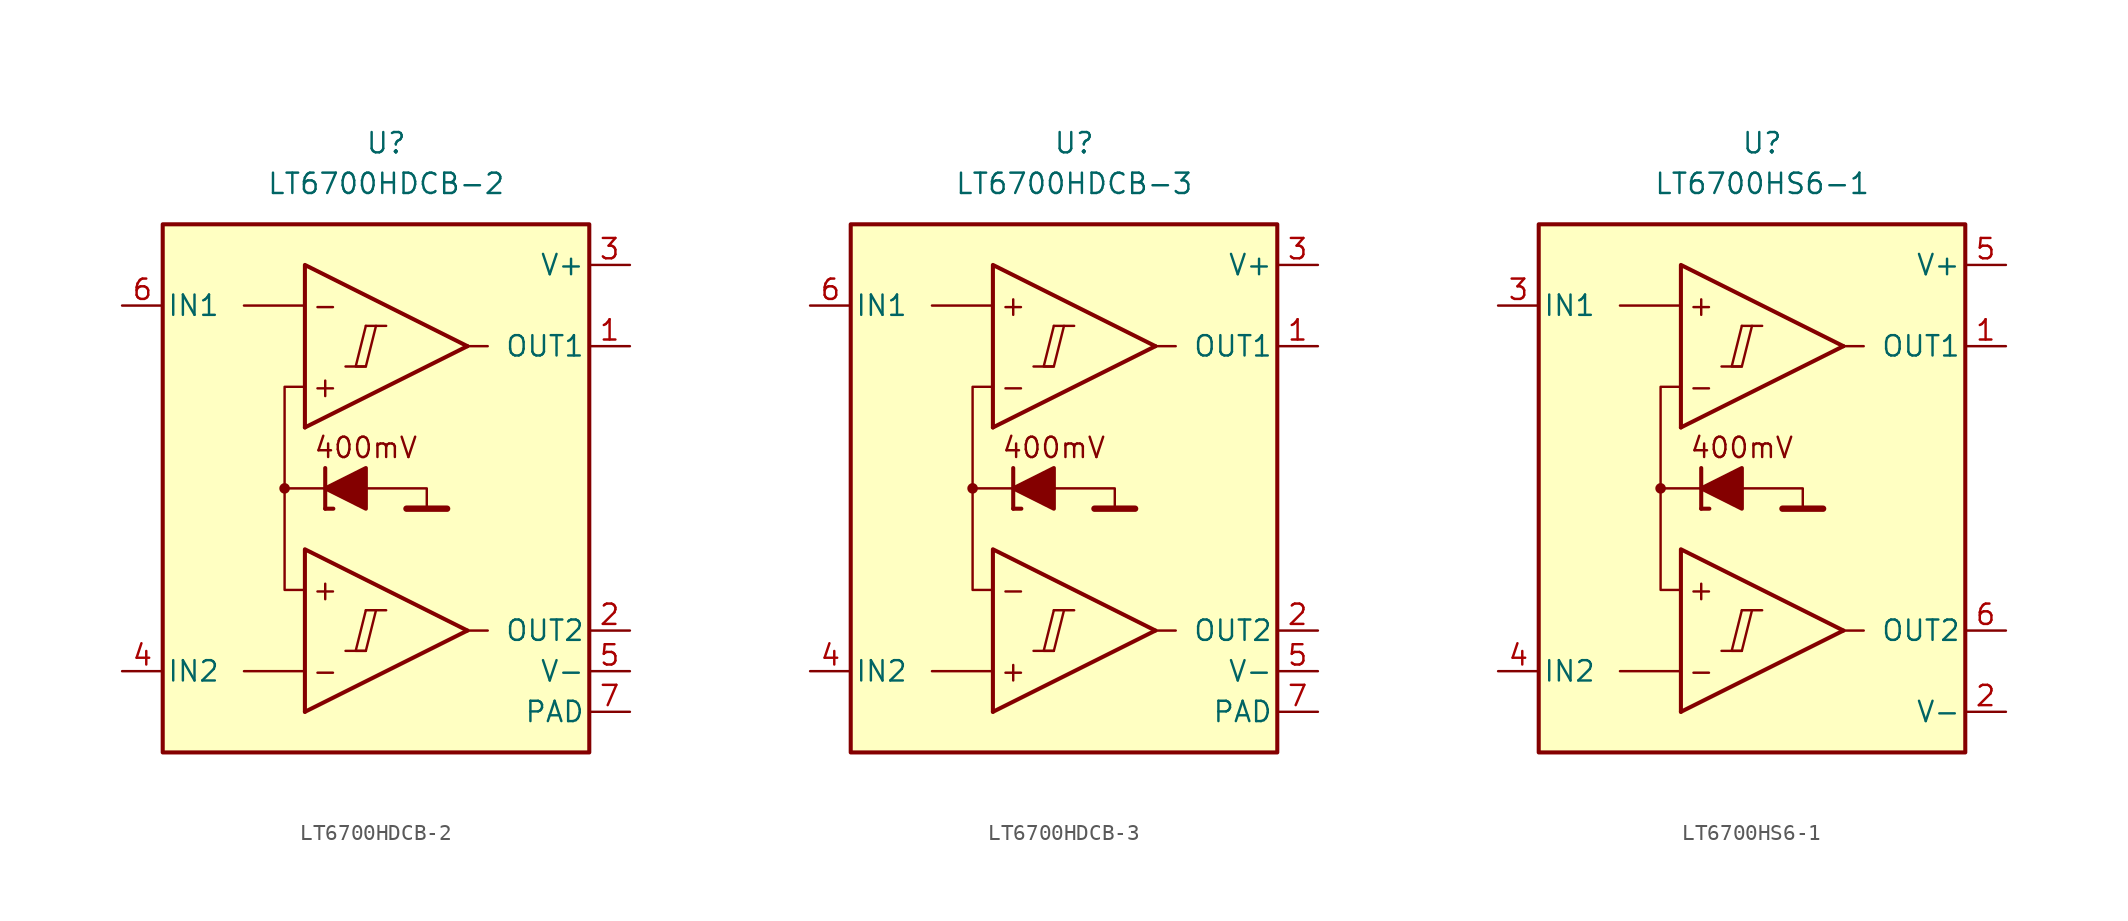
<source format=kicad_sym>
(kicad_symbol_lib
  (version 20231120)
  (generator "kicad_symbol_editor")
  (generator_version "8.0")
  (symbol "LT6700HDCB-2"
    (pin_names
      (offset 0.254))
    (property "Reference" "U"
      (at 0 22.86 0)
      (effects (font (size 1.27 1.27))))
    (property "Value" "LT6700HDCB-2"
      (at 0 20.32 0)
      (effects (font (size 1.27 1.27))))
    (symbol "LT6700HDCB-2_0_0"
      (rectangle (start -13.97 17.78) (end 12.7 -15.24) (stroke (width 0.254) (type default)) (fill (type background)))
      (circle (center -6.35 1.27) (radius 0.254) (stroke (width 0.152) (type default)) (fill (type outline)))
      (polyline (pts (xy -2.54 -8.89) (xy -1.27 -8.89)) (stroke (width 0.152) (type default)) (fill (type none)))
      (polyline (pts (xy -2.54 8.89) (xy -1.27 8.89)) (stroke (width 0.152) (type default)) (fill (type none)))
      (polyline (pts (xy -1.27 -6.35) (xy 0 -6.35)) (stroke (width 0.152) (type default)) (fill (type none)))
      (polyline (pts (xy -1.27 11.43) (xy 0 11.43)) (stroke (width 0.152) (type default)) (fill (type none)))
      (polyline (pts (xy 5.08 -7.62) (xy -5.08 -12.7)) (stroke (width 0.254) (type default)) (fill (type none)))
      (polyline (pts (xy 5.08 10.16) (xy -5.08 5.08)) (stroke (width 0.254) (type default)) (fill (type none)))
      (polyline (pts (xy 5.08 -7.62) (xy -5.08 -2.54) (xy -5.08 -12.7)) (stroke (width 0.254) (type default)) (fill (type background)))
      (polyline (pts (xy 5.08 10.16) (xy -5.08 15.24) (xy -5.08 5.08)) (stroke (width 0.254) (type default)) (fill (type background)))
      (polyline (pts (xy -1.27 -6.35) (xy -1.905 -8.89) (xy -1.27 -8.89) (xy -0.635 -6.35)) (stroke (width 0.152) (type default)) (fill (type none)))
      (polyline (pts (xy -1.27 11.43) (xy -1.905 8.89) (xy -1.27 8.89) (xy -0.635 11.43)) (stroke (width 0.152) (type default)) (fill (type none)))
      (text "+" (at -3.81 -5.08 0) (effects (font (size 1.27 1.27))))
      (text "+" (at -3.81 7.62 0) (effects (font (size 1.27 1.27))))
      (text "-" (at -3.81 -10.16 0) (effects (font (size 1.27 1.27))))
      (text "-" (at -3.81 12.7 0) (effects (font (size 1.27 1.27)))))
    (symbol "LT6700HDCB-2_0_1"
      (polyline (pts (xy -5.08 -10.16) (xy -8.89 -10.16)) (stroke (width 0) (type default)) (fill (type none)))
      (polyline (pts (xy -5.08 12.7) (xy -8.89 12.7)) (stroke (width 0) (type default)) (fill (type none)))
      (polyline (pts (xy -3.81 0) (xy -3.81 2.54)) (stroke (width 0.254) (type default)) (fill (type none)))
      (polyline (pts (xy -3.81 0) (xy -3.302 0)) (stroke (width 0.254) (type default)) (fill (type none)))
      (polyline (pts (xy -3.81 1.27) (xy -6.35 1.27)) (stroke (width 0.152) (type default)) (fill (type none)))
      (polyline (pts (xy 1.27 0) (xy 3.81 0)) (stroke (width 0.4) (type default)) (fill (type none)))
      (polyline (pts (xy 5.08 -7.62) (xy 6.35 -7.62)) (stroke (width 0) (type default)) (fill (type none)))
      (polyline (pts (xy 5.08 10.16) (xy 6.35 10.16)) (stroke (width 0) (type default)) (fill (type none)))
      (polyline (pts (xy -1.27 1.27) (xy 2.54 1.27) (xy 2.54 0)) (stroke (width 0.152) (type default)) (fill (type none)))
      (polyline (pts (xy -5.08 -5.08) (xy -6.35 -5.08) (xy -6.35 7.62) (xy -5.08 7.62)) (stroke (width 0.152) (type default)) (fill (type none)))
      (polyline (pts (xy -1.27 2.54) (xy -1.27 0) (xy -3.81 1.27) (xy -1.27 2.54)) (stroke (width 0.254) (type default)) (fill (type outline))))
    (symbol "LT6700HDCB-2_1_0"
      (text "400mV" (at -1.27 3.81 0) (effects (font (size 1.27 1.27)))))
    (symbol "LT6700HDCB-2_1_1"
      (pin output line (at 15.24 10.16 180) (length 2.54) (name "OUT1" (effects (font (size 1.27 1.27)))) (number "1" (effects (font (size 1.27 1.27)))))
      (pin output line (at 15.24 -7.62 180) (length 2.54) (name "OUT2" (effects (font (size 1.27 1.27)))) (number "2" (effects (font (size 1.27 1.27)))))
      (pin power_in line (at 15.24 15.24 180) (length 2.54) (name "V+" (effects (font (size 1.27 1.27)))) (number "3" (effects (font (size 1.27 1.27)))))
      (pin input line (at -16.51 -10.16 0) (length 2.54) (name "IN2" (effects (font (size 1.27 1.27)))) (number "4" (effects (font (size 1.27 1.27)))))
      (pin power_in line (at 15.24 -10.16 180) (length 2.54) (name "V-" (effects (font (size 1.27 1.27)))) (number "5" (effects (font (size 1.27 1.27)))))
      (pin input line (at -16.51 12.7 0) (length 2.54) (name "IN1" (effects (font (size 1.27 1.27)))) (number "6" (effects (font (size 1.27 1.27)))))
      (pin power_in line (at 15.24 -12.7 180) (length 2.54) (name "PAD" (effects (font (size 1.27 1.27)))) (number "7" (effects (font (size 1.27 1.27)))))))
  (symbol "LT6700HDCB-3"
    (pin_names
      (offset 0.254))
    (property "Reference" "U"
      (at 0 22.86 0)
      (effects (font (size 1.27 1.27))))
    (property "Value" "LT6700HDCB-3"
      (at 0 20.32 0)
      (effects (font (size 1.27 1.27))))
    (symbol "LT6700HDCB-3_0_0"
      (rectangle (start -13.97 17.78) (end 12.7 -15.24) (stroke (width 0.254) (type default)) (fill (type background)))
      (circle (center -6.35 1.27) (radius 0.254) (stroke (width 0.152) (type default)) (fill (type outline)))
      (polyline (pts (xy -2.54 -8.89) (xy -1.27 -8.89)) (stroke (width 0.152) (type default)) (fill (type none)))
      (polyline (pts (xy -2.54 8.89) (xy -1.27 8.89)) (stroke (width 0.152) (type default)) (fill (type none)))
      (polyline (pts (xy -1.27 -6.35) (xy 0 -6.35)) (stroke (width 0.152) (type default)) (fill (type none)))
      (polyline (pts (xy -1.27 11.43) (xy 0 11.43)) (stroke (width 0.152) (type default)) (fill (type none)))
      (polyline (pts (xy 5.08 -7.62) (xy -5.08 -12.7)) (stroke (width 0.254) (type default)) (fill (type none)))
      (polyline (pts (xy 5.08 10.16) (xy -5.08 5.08)) (stroke (width 0.254) (type default)) (fill (type none)))
      (polyline (pts (xy 5.08 -7.62) (xy -5.08 -2.54) (xy -5.08 -12.7)) (stroke (width 0.254) (type default)) (fill (type background)))
      (polyline (pts (xy 5.08 10.16) (xy -5.08 15.24) (xy -5.08 5.08)) (stroke (width 0.254) (type default)) (fill (type background)))
      (polyline (pts (xy -1.27 -6.35) (xy -1.905 -8.89) (xy -1.27 -8.89) (xy -0.635 -6.35)) (stroke (width 0.152) (type default)) (fill (type none)))
      (polyline (pts (xy -1.27 11.43) (xy -1.905 8.89) (xy -1.27 8.89) (xy -0.635 11.43)) (stroke (width 0.152) (type default)) (fill (type none)))
      (text "+" (at -3.81 -10.16 0) (effects (font (size 1.27 1.27))))
      (text "+" (at -3.81 12.7 0) (effects (font (size 1.27 1.27))))
      (text "-" (at -3.81 -5.08 0) (effects (font (size 1.27 1.27))))
      (text "-" (at -3.81 7.62 0) (effects (font (size 1.27 1.27)))))
    (symbol "LT6700HDCB-3_0_1"
      (polyline (pts (xy -5.08 -10.16) (xy -8.89 -10.16)) (stroke (width 0) (type default)) (fill (type none)))
      (polyline (pts (xy -5.08 12.7) (xy -8.89 12.7)) (stroke (width 0) (type default)) (fill (type none)))
      (polyline (pts (xy -3.81 0) (xy -3.81 2.54)) (stroke (width 0.254) (type default)) (fill (type none)))
      (polyline (pts (xy -3.81 0) (xy -3.302 0)) (stroke (width 0.254) (type default)) (fill (type none)))
      (polyline (pts (xy -3.81 1.27) (xy -6.35 1.27)) (stroke (width 0.152) (type default)) (fill (type none)))
      (polyline (pts (xy 1.27 0) (xy 3.81 0)) (stroke (width 0.4) (type default)) (fill (type none)))
      (polyline (pts (xy 5.08 -7.62) (xy 6.35 -7.62)) (stroke (width 0) (type default)) (fill (type none)))
      (polyline (pts (xy 5.08 10.16) (xy 6.35 10.16)) (stroke (width 0) (type default)) (fill (type none)))
      (polyline (pts (xy -1.27 1.27) (xy 2.54 1.27) (xy 2.54 0)) (stroke (width 0.152) (type default)) (fill (type none)))
      (polyline (pts (xy -5.08 -5.08) (xy -6.35 -5.08) (xy -6.35 7.62) (xy -5.08 7.62)) (stroke (width 0.152) (type default)) (fill (type none)))
      (polyline (pts (xy -1.27 2.54) (xy -1.27 0) (xy -3.81 1.27) (xy -1.27 2.54)) (stroke (width 0.254) (type default)) (fill (type outline))))
    (symbol "LT6700HDCB-3_1_0"
      (text "400mV" (at -1.27 3.81 0) (effects (font (size 1.27 1.27)))))
    (symbol "LT6700HDCB-3_1_1"
      (pin output line (at 15.24 10.16 180) (length 2.54) (name "OUT1" (effects (font (size 1.27 1.27)))) (number "1" (effects (font (size 1.27 1.27)))))
      (pin output line (at 15.24 -7.62 180) (length 2.54) (name "OUT2" (effects (font (size 1.27 1.27)))) (number "2" (effects (font (size 1.27 1.27)))))
      (pin power_in line (at 15.24 15.24 180) (length 2.54) (name "V+" (effects (font (size 1.27 1.27)))) (number "3" (effects (font (size 1.27 1.27)))))
      (pin input line (at -16.51 -10.16 0) (length 2.54) (name "IN2" (effects (font (size 1.27 1.27)))) (number "4" (effects (font (size 1.27 1.27)))))
      (pin power_in line (at 15.24 -10.16 180) (length 2.54) (name "V-" (effects (font (size 1.27 1.27)))) (number "5" (effects (font (size 1.27 1.27)))))
      (pin input line (at -16.51 12.7 0) (length 2.54) (name "IN1" (effects (font (size 1.27 1.27)))) (number "6" (effects (font (size 1.27 1.27)))))
      (pin power_in line (at 15.24 -12.7 180) (length 2.54) (name "PAD" (effects (font (size 1.27 1.27)))) (number "7" (effects (font (size 1.27 1.27)))))))
  (symbol "LT6700HS6-1"
    (pin_names
      (offset 0.254))
    (property "Reference" "U"
      (at 0 22.86 0)
      (effects (font (size 1.27 1.27))))
    (property "Value" "LT6700HS6-1"
      (at 0 20.32 0)
      (effects (font (size 1.27 1.27))))
    (symbol "LT6700HS6-1_0_0"
      (rectangle (start -13.97 17.78) (end 12.7 -15.24) (stroke (width 0.254) (type default)) (fill (type background)))
      (circle (center -6.35 1.27) (radius 0.254) (stroke (width 0.152) (type default)) (fill (type outline)))
      (polyline (pts (xy -2.54 -8.89) (xy -1.27 -8.89)) (stroke (width 0.152) (type default)) (fill (type none)))
      (polyline (pts (xy -2.54 8.89) (xy -1.27 8.89)) (stroke (width 0.152) (type default)) (fill (type none)))
      (polyline (pts (xy -1.27 -6.35) (xy 0 -6.35)) (stroke (width 0.152) (type default)) (fill (type none)))
      (polyline (pts (xy -1.27 11.43) (xy 0 11.43)) (stroke (width 0.152) (type default)) (fill (type none)))
      (polyline (pts (xy 5.08 -7.62) (xy -5.08 -12.7)) (stroke (width 0.254) (type default)) (fill (type none)))
      (polyline (pts (xy 5.08 10.16) (xy -5.08 5.08)) (stroke (width 0.254) (type default)) (fill (type none)))
      (polyline (pts (xy 5.08 -7.62) (xy -5.08 -2.54) (xy -5.08 -12.7)) (stroke (width 0.254) (type default)) (fill (type background)))
      (polyline (pts (xy 5.08 10.16) (xy -5.08 15.24) (xy -5.08 5.08)) (stroke (width 0.254) (type default)) (fill (type background)))
      (polyline (pts (xy -1.27 -6.35) (xy -1.905 -8.89) (xy -1.27 -8.89) (xy -0.635 -6.35)) (stroke (width 0.152) (type default)) (fill (type none)))
      (polyline (pts (xy -1.27 11.43) (xy -1.905 8.89) (xy -1.27 8.89) (xy -0.635 11.43)) (stroke (width 0.152) (type default)) (fill (type none)))
      (text "+" (at -3.81 -5.08 0) (effects (font (size 1.27 1.27))))
      (text "+" (at -3.81 12.7 0) (effects (font (size 1.27 1.27))))
      (text "-" (at -3.81 -10.16 0) (effects (font (size 1.27 1.27))))
      (text "-" (at -3.81 7.62 0) (effects (font (size 1.27 1.27)))))
    (symbol "LT6700HS6-1_0_1"
      (polyline (pts (xy -5.08 -10.16) (xy -8.89 -10.16)) (stroke (width 0) (type default)) (fill (type none)))
      (polyline (pts (xy -5.08 12.7) (xy -8.89 12.7)) (stroke (width 0) (type default)) (fill (type none)))
      (polyline (pts (xy -3.81 0) (xy -3.81 2.54)) (stroke (width 0.254) (type default)) (fill (type none)))
      (polyline (pts (xy -3.81 0) (xy -3.302 0)) (stroke (width 0.254) (type default)) (fill (type none)))
      (polyline (pts (xy -3.81 1.27) (xy -6.35 1.27)) (stroke (width 0.152) (type default)) (fill (type none)))
      (polyline (pts (xy 1.27 0) (xy 3.81 0)) (stroke (width 0.4) (type default)) (fill (type none)))
      (polyline (pts (xy 5.08 -7.62) (xy 6.35 -7.62)) (stroke (width 0) (type default)) (fill (type none)))
      (polyline (pts (xy 5.08 10.16) (xy 6.35 10.16)) (stroke (width 0) (type default)) (fill (type none)))
      (polyline (pts (xy -1.27 1.27) (xy 2.54 1.27) (xy 2.54 0)) (stroke (width 0.152) (type default)) (fill (type none)))
      (polyline (pts (xy -5.08 -5.08) (xy -6.35 -5.08) (xy -6.35 7.62) (xy -5.08 7.62)) (stroke (width 0.152) (type default)) (fill (type none)))
      (polyline (pts (xy -1.27 2.54) (xy -1.27 0) (xy -3.81 1.27) (xy -1.27 2.54)) (stroke (width 0.254) (type default)) (fill (type outline))))
    (symbol "LT6700HS6-1_1_0"
      (text "400mV" (at -1.27 3.81 0) (effects (font (size 1.27 1.27)))))
    (symbol "LT6700HS6-1_1_1"
      (pin output line (at 15.24 10.16 180) (length 2.54) (name "OUT1" (effects (font (size 1.27 1.27)))) (number "1" (effects (font (size 1.27 1.27)))))
      (pin power_in line (at 15.24 -12.7 180) (length 2.54) (name "V-" (effects (font (size 1.27 1.27)))) (number "2" (effects (font (size 1.27 1.27)))))
      (pin input line (at -16.51 12.7 0) (length 2.54) (name "IN1" (effects (font (size 1.27 1.27)))) (number "3" (effects (font (size 1.27 1.27)))))
      (pin input line (at -16.51 -10.16 0) (length 2.54) (name "IN2" (effects (font (size 1.27 1.27)))) (number "4" (effects (font (size 1.27 1.27)))))
      (pin power_in line (at 15.24 15.24 180) (length 2.54) (name "V+" (effects (font (size 1.27 1.27)))) (number "5" (effects (font (size 1.27 1.27)))))
      (pin output line (at 15.24 -7.62 180) (length 2.54) (name "OUT2" (effects (font (size 1.27 1.27)))) (number "6" (effects (font (size 1.27 1.27))))))))
</source>
